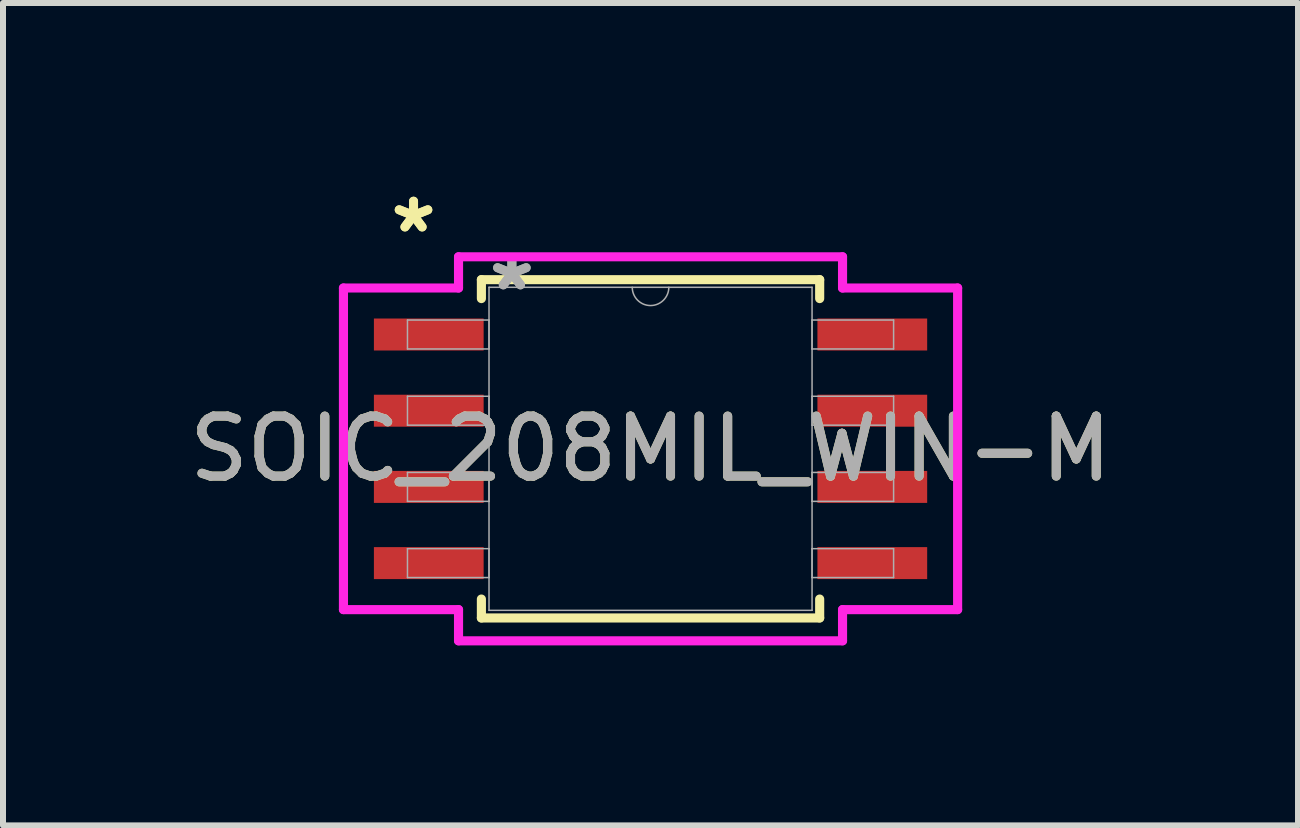
<source format=kicad_pcb>
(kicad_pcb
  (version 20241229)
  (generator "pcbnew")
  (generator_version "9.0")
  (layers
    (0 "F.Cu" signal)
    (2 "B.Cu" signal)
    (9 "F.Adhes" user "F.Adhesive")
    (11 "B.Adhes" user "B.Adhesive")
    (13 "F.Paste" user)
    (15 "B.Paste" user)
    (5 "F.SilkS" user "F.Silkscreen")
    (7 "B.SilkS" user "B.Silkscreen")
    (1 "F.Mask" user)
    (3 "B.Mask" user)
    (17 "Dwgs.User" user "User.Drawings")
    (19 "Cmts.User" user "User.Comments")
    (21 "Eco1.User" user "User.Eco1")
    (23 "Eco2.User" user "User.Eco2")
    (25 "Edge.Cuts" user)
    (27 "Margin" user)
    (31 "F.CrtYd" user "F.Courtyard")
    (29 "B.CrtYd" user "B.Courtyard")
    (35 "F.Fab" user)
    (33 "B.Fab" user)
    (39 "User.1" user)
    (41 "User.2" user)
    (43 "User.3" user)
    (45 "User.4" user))
  (footprint "SOIC_208MIL_WIN-M"
    (layer "F.Cu")
    (at 7.792 4.43)
    (property "Reference" "SOIC_208MIL_WIN-M" (at 0 0 0) (unlocked yes) (layer "F.SilkS") (effects (font (size 1 1) (thickness 0.15))))
    (attr smd)
    (fp_line (start -2.819 -2.819) (end -2.819 -2.504) (stroke (width 0.152) (type solid)) (layer "F.SilkS"))
    (fp_line (start -2.819 2.504) (end -2.819 2.819) (stroke (width 0.152) (type solid)) (layer "F.SilkS"))
    (fp_line (start -2.819 2.819) (end 2.819 2.819) (stroke (width 0.152) (type solid)) (layer "F.SilkS"))
    (fp_line (start 2.819 -2.819) (end -2.819 -2.819) (stroke (width 0.152) (type solid)) (layer "F.SilkS"))
    (fp_line (start 2.819 -2.504) (end 2.819 -2.819) (stroke (width 0.152) (type solid)) (layer "F.SilkS"))
    (fp_line (start 2.819 2.819) (end 2.819 2.504) (stroke (width 0.152) (type solid)) (layer "F.SilkS"))
    (fp_line (start -5.118 -2.68) (end -3.2 -2.68) (stroke (width 0.152) (type solid)) (layer "F.CrtYd"))
    (fp_line (start -5.118 2.68) (end -5.118 -2.68) (stroke (width 0.152) (type solid)) (layer "F.CrtYd"))
    (fp_line (start -5.118 2.68) (end -3.2 2.68) (stroke (width 0.152) (type solid)) (layer "F.CrtYd"))
    (fp_line (start -3.2 -3.2) (end 3.2 -3.2) (stroke (width 0.152) (type solid)) (layer "F.CrtYd"))
    (fp_line (start -3.2 -2.68) (end -3.2 -3.2) (stroke (width 0.152) (type solid)) (layer "F.CrtYd"))
    (fp_line (start -3.2 3.2) (end -3.2 2.68) (stroke (width 0.152) (type solid)) (layer "F.CrtYd"))
    (fp_line (start 3.2 -3.2) (end 3.2 -2.68) (stroke (width 0.152) (type solid)) (layer "F.CrtYd"))
    (fp_line (start 3.2 2.68) (end 3.2 3.2) (stroke (width 0.152) (type solid)) (layer "F.CrtYd"))
    (fp_line (start 3.2 3.2) (end -3.2 3.2) (stroke (width 0.152) (type solid)) (layer "F.CrtYd"))
    (fp_line (start 5.118 -2.68) (end 3.2 -2.68) (stroke (width 0.152) (type solid)) (layer "F.CrtYd"))
    (fp_line (start 5.118 -2.68) (end 5.118 2.68) (stroke (width 0.152) (type solid)) (layer "F.CrtYd"))
    (fp_line (start 5.118 2.68) (end 3.2 2.68) (stroke (width 0.152) (type solid)) (layer "F.CrtYd"))
    (fp_line (start -4.051 -2.146) (end -4.051 -1.664) (stroke (width 0.025) (type solid)) (layer "F.Fab"))
    (fp_line (start -4.051 -1.664) (end -2.692 -1.664) (stroke (width 0.025) (type solid)) (layer "F.Fab"))
    (fp_line (start -4.051 -0.876) (end -4.051 -0.394) (stroke (width 0.025) (type solid)) (layer "F.Fab"))
    (fp_line (start -4.051 -0.394) (end -2.692 -0.394) (stroke (width 0.025) (type solid)) (layer "F.Fab"))
    (fp_line (start -4.051 0.394) (end -4.051 0.876) (stroke (width 0.025) (type solid)) (layer "F.Fab"))
    (fp_line (start -4.051 0.876) (end -2.692 0.876) (stroke (width 0.025) (type solid)) (layer "F.Fab"))
    (fp_line (start -4.051 1.664) (end -4.051 2.146) (stroke (width 0.025) (type solid)) (layer "F.Fab"))
    (fp_line (start -4.051 2.146) (end -2.692 2.146) (stroke (width 0.025) (type solid)) (layer "F.Fab"))
    (fp_line (start -2.692 -2.692) (end -2.692 2.692) (stroke (width 0.025) (type solid)) (layer "F.Fab"))
    (fp_line (start -2.692 -2.146) (end -4.051 -2.146) (stroke (width 0.025) (type solid)) (layer "F.Fab"))
    (fp_line (start -2.692 -1.664) (end -2.692 -2.146) (stroke (width 0.025) (type solid)) (layer "F.Fab"))
    (fp_line (start -2.692 -0.876) (end -4.051 -0.876) (stroke (width 0.025) (type solid)) (layer "F.Fab"))
    (fp_line (start -2.692 -0.394) (end -2.692 -0.876) (stroke (width 0.025) (type solid)) (layer "F.Fab"))
    (fp_line (start -2.692 0.394) (end -4.051 0.394) (stroke (width 0.025) (type solid)) (layer "F.Fab"))
    (fp_line (start -2.692 0.876) (end -2.692 0.394) (stroke (width 0.025) (type solid)) (layer "F.Fab"))
    (fp_line (start -2.692 1.664) (end -4.051 1.664) (stroke (width 0.025) (type solid)) (layer "F.Fab"))
    (fp_line (start -2.692 2.146) (end -2.692 1.664) (stroke (width 0.025) (type solid)) (layer "F.Fab"))
    (fp_line (start -2.692 2.692) (end 2.692 2.692) (stroke (width 0.025) (type solid)) (layer "F.Fab"))
    (fp_line (start 2.692 -2.692) (end -2.692 -2.692) (stroke (width 0.025) (type solid)) (layer "F.Fab"))
    (fp_line (start 2.692 -2.146) (end 2.692 -1.664) (stroke (width 0.025) (type solid)) (layer "F.Fab"))
    (fp_line (start 2.692 -1.664) (end 4.051 -1.664) (stroke (width 0.025) (type solid)) (layer "F.Fab"))
    (fp_line (start 2.692 -0.876) (end 2.692 -0.394) (stroke (width 0.025) (type solid)) (layer "F.Fab"))
    (fp_line (start 2.692 -0.394) (end 4.051 -0.394) (stroke (width 0.025) (type solid)) (layer "F.Fab"))
    (fp_line (start 2.692 0.394) (end 2.692 0.876) (stroke (width 0.025) (type solid)) (layer "F.Fab"))
    (fp_line (start 2.692 0.876) (end 4.051 0.876) (stroke (width 0.025) (type solid)) (layer "F.Fab"))
    (fp_line (start 2.692 1.664) (end 2.692 2.146) (stroke (width 0.025) (type solid)) (layer "F.Fab"))
    (fp_line (start 2.692 2.146) (end 4.051 2.146) (stroke (width 0.025) (type solid)) (layer "F.Fab"))
    (fp_line (start 2.692 2.692) (end 2.692 -2.692) (stroke (width 0.025) (type solid)) (layer "F.Fab"))
    (fp_line (start 4.051 -2.146) (end 2.692 -2.146) (stroke (width 0.025) (type solid)) (layer "F.Fab"))
    (fp_line (start 4.051 -1.664) (end 4.051 -2.146) (stroke (width 0.025) (type solid)) (layer "F.Fab"))
    (fp_line (start 4.051 -0.876) (end 2.692 -0.876) (stroke (width 0.025) (type solid)) (layer "F.Fab"))
    (fp_line (start 4.051 -0.394) (end 4.051 -0.876) (stroke (width 0.025) (type solid)) (layer "F.Fab"))
    (fp_line (start 4.051 0.394) (end 2.692 0.394) (stroke (width 0.025) (type solid)) (layer "F.Fab"))
    (fp_line (start 4.051 0.876) (end 4.051 0.394) (stroke (width 0.025) (type solid)) (layer "F.Fab"))
    (fp_line (start 4.051 1.664) (end 2.692 1.664) (stroke (width 0.025) (type solid)) (layer "F.Fab"))
    (fp_line (start 4.051 2.146) (end 4.051 1.664) (stroke (width 0.025) (type solid)) (layer "F.Fab"))
    (fp_arc (start 0.3048 -2.6924) (mid 0 -2.3876) (end -0.3048 -2.6924) (stroke (width 0.0254) (type solid)) (layer "F.Fab"))
    (fp_text user "*" (at -3.95 -3.581 0) (unlocked yes) (layer "F.SilkS") (effects (font (size 1 1) (thickness 0.15))))
    (fp_text user "*" (at -3.95 -3.581 0) (layer "F.SilkS") (effects (font (size 1 1) (thickness 0.15))))
    (fp_text user "*" (at -2.311 -2.616 0) (unlocked yes) (layer "F.Fab") (effects (font (size 1 1) (thickness 0.15))))
    (fp_text user "${REFERENCE}" (at 0 0 0) (unlocked yes) (layer "F.Fab") (effects (font (size 1 1) (thickness 0.15))))
    (fp_text user "*" (at -2.311 -2.616 0) (layer "F.Fab") (effects (font (size 1 1) (thickness 0.15))))
    (pad "1" smd rect (at -3.696 -1.905) (size 1.829 0.533) (layers "F.Cu" "F.Mask" "F.Paste"))
    (pad "2" smd rect (at -3.696 -0.635) (size 1.829 0.533) (layers "F.Cu" "F.Mask" "F.Paste"))
    (pad "3" smd rect (at -3.696 0.635) (size 1.829 0.533) (layers "F.Cu" "F.Mask" "F.Paste"))
    (pad "4" smd rect (at -3.696 1.905) (size 1.829 0.533) (layers "F.Cu" "F.Mask" "F.Paste"))
    (pad "5" smd rect (at 3.696 1.905) (size 1.829 0.533) (layers "F.Cu" "F.Mask" "F.Paste"))
    (pad "6" smd rect (at 3.696 0.635) (size 1.829 0.533) (layers "F.Cu" "F.Mask" "F.Paste"))
    (pad "7" smd rect (at 3.696 -0.635) (size 1.829 0.533) (layers "F.Cu" "F.Mask" "F.Paste"))
    (pad "8" smd rect (at 3.696 -1.905) (size 1.829 0.533) (layers "F.Cu" "F.Mask" "F.Paste")))
  (gr_rect
    (start -3 -3)
    (end 18.583 10.706)
    (stroke (width 0.1) (type default))
    (fill no)
    (layer "Edge.Cuts")))
</source>
